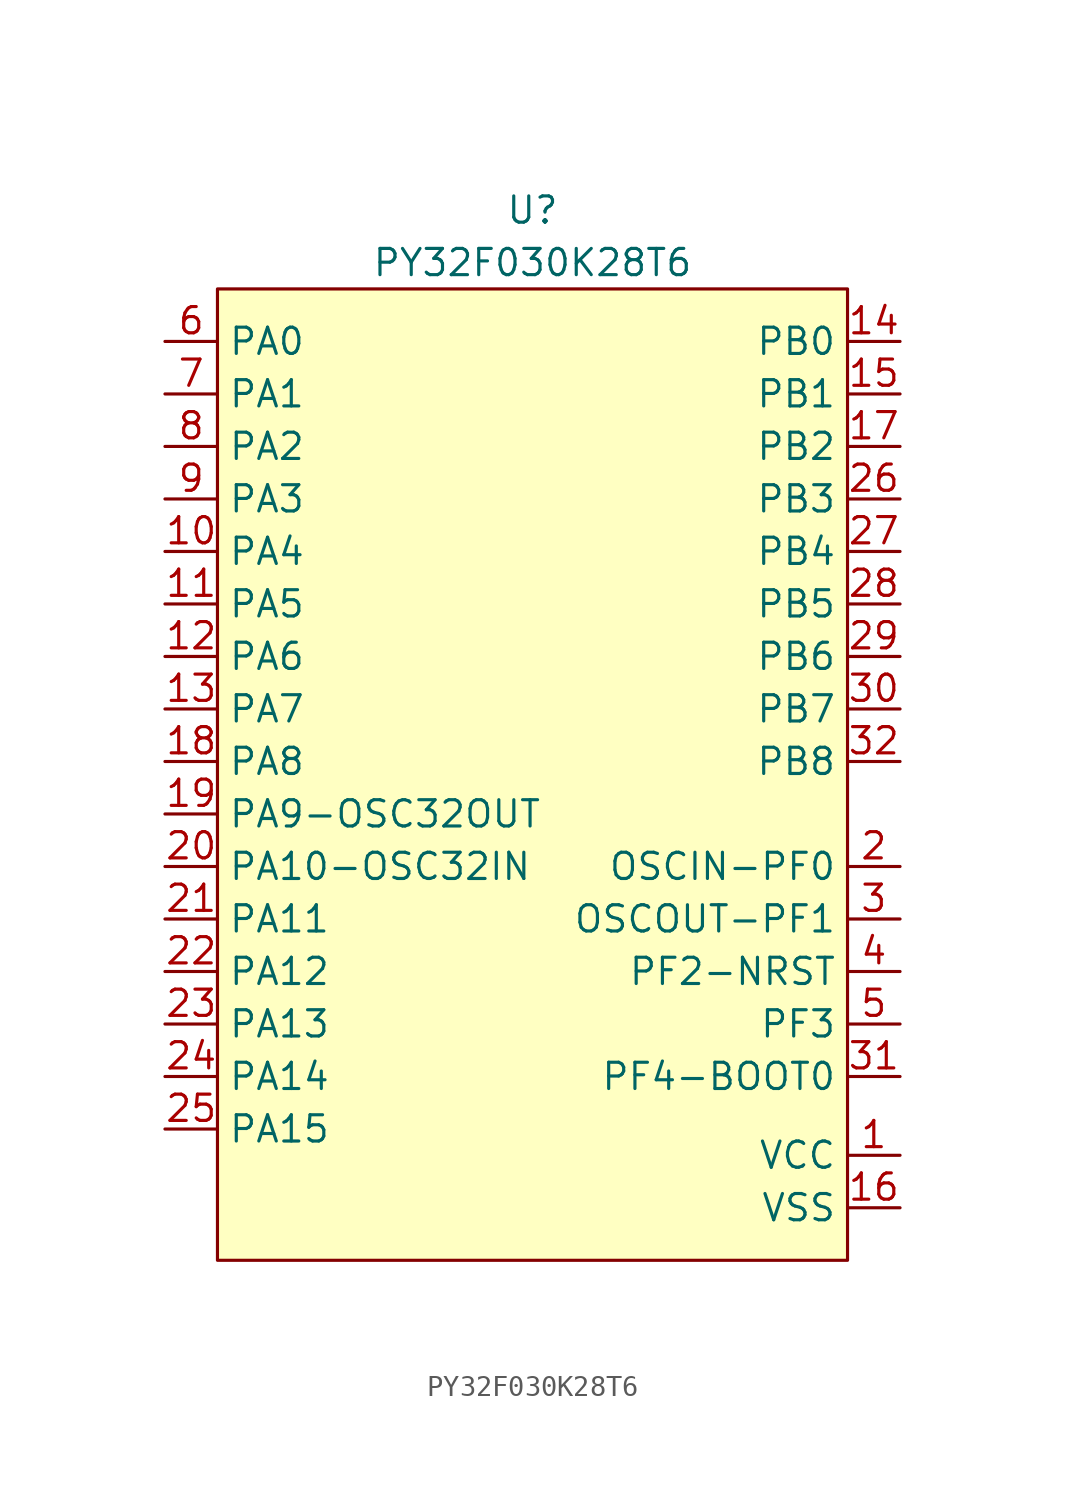
<source format=kicad_sym>
(kicad_symbol_lib
  (version 20220914)
  (generator kicad_symbol_editor)
  (symbol "PY32F030K28T6"
    (property "Reference" "U"
      (at 0 2.54 0)
      (effects (font (size 1.27 1.27))))
    (property "Value" "PY32F030K28T6"
      (at 0 0 0)
      (effects (font (size 1.27 1.27))))
    (symbol "PY32F030K28T6_0_0"
      (pin power_in line (at 17.78 -43.18 180) (length 2.54) (name "VCC" (effects (font (size 1.27 1.27)))) (number "1" (effects (font (size 1.27 1.27)))))
      (pin bidirectional line (at -17.78 -13.97 0) (length 2.54) (name "PA4" (effects (font (size 1.27 1.27)))) (number "10" (effects (font (size 1.27 1.27)))))
      (pin bidirectional line (at -17.78 -16.51 0) (length 2.54) (name "PA5" (effects (font (size 1.27 1.27)))) (number "11" (effects (font (size 1.27 1.27)))))
      (pin bidirectional line (at -17.78 -19.05 0) (length 2.54) (name "PA6" (effects (font (size 1.27 1.27)))) (number "12" (effects (font (size 1.27 1.27)))))
      (pin bidirectional line (at -17.78 -21.59 0) (length 2.54) (name "PA7" (effects (font (size 1.27 1.27)))) (number "13" (effects (font (size 1.27 1.27)))))
      (pin bidirectional line (at 17.78 -3.81 180) (length 2.54) (name "PB0" (effects (font (size 1.27 1.27)))) (number "14" (effects (font (size 1.27 1.27)))))
      (pin bidirectional line (at 17.78 -6.35 180) (length 2.54) (name "PB1" (effects (font (size 1.27 1.27)))) (number "15" (effects (font (size 1.27 1.27)))))
      (pin power_in line (at 17.78 -45.72 180) (length 2.54) (name "VSS" (effects (font (size 1.27 1.27)))) (number "16" (effects (font (size 1.27 1.27)))))
      (pin bidirectional line (at 17.78 -8.89 180) (length 2.54) (name "PB2" (effects (font (size 1.27 1.27)))) (number "17" (effects (font (size 1.27 1.27)))))
      (pin bidirectional line (at -17.78 -24.13 0) (length 2.54) (name "PA8" (effects (font (size 1.27 1.27)))) (number "18" (effects (font (size 1.27 1.27)))))
      (pin bidirectional line (at -17.78 -26.67 0) (length 2.54) (name "PA9-OSC32OUT" (effects (font (size 1.27 1.27)))) (number "19" (effects (font (size 1.27 1.27)))))
      (pin bidirectional line (at 17.78 -29.21 180) (length 2.54) (name "OSCIN-PF0" (effects (font (size 1.27 1.27)))) (number "2" (effects (font (size 1.27 1.27)))))
      (pin bidirectional line (at -17.78 -29.21 0) (length 2.54) (name "PA10-OSC32IN" (effects (font (size 1.27 1.27)))) (number "20" (effects (font (size 1.27 1.27)))))
      (pin bidirectional line (at -17.78 -31.75 0) (length 2.54) (name "PA11" (effects (font (size 1.27 1.27)))) (number "21" (effects (font (size 1.27 1.27)))))
      (pin bidirectional line (at -17.78 -34.29 0) (length 2.54) (name "PA12" (effects (font (size 1.27 1.27)))) (number "22" (effects (font (size 1.27 1.27)))))
      (pin bidirectional line (at -17.78 -36.83 0) (length 2.54) (name "PA13" (effects (font (size 1.27 1.27)))) (number "23" (effects (font (size 1.27 1.27)))))
      (pin bidirectional line (at -17.78 -39.37 0) (length 2.54) (name "PA14" (effects (font (size 1.27 1.27)))) (number "24" (effects (font (size 1.27 1.27)))))
      (pin bidirectional line (at -17.78 -41.91 0) (length 2.54) (name "PA15" (effects (font (size 1.27 1.27)))) (number "25" (effects (font (size 1.27 1.27)))))
      (pin bidirectional line (at 17.78 -11.43 180) (length 2.54) (name "PB3" (effects (font (size 1.27 1.27)))) (number "26" (effects (font (size 1.27 1.27)))))
      (pin bidirectional line (at 17.78 -13.97 180) (length 2.54) (name "PB4" (effects (font (size 1.27 1.27)))) (number "27" (effects (font (size 1.27 1.27)))))
      (pin bidirectional line (at 17.78 -16.51 180) (length 2.54) (name "PB5" (effects (font (size 1.27 1.27)))) (number "28" (effects (font (size 1.27 1.27)))))
      (pin bidirectional line (at 17.78 -19.05 180) (length 2.54) (name "PB6" (effects (font (size 1.27 1.27)))) (number "29" (effects (font (size 1.27 1.27)))))
      (pin bidirectional line (at 17.78 -31.75 180) (length 2.54) (name "OSCOUT-PF1" (effects (font (size 1.27 1.27)))) (number "3" (effects (font (size 1.27 1.27)))))
      (pin bidirectional line (at 17.78 -21.59 180) (length 2.54) (name "PB7" (effects (font (size 1.27 1.27)))) (number "30" (effects (font (size 1.27 1.27)))))
      (pin bidirectional line (at 17.78 -39.37 180) (length 2.54) (name "PF4-BOOT0" (effects (font (size 1.27 1.27)))) (number "31" (effects (font (size 1.27 1.27)))))
      (pin bidirectional line (at 17.78 -24.13 180) (length 2.54) (name "PB8" (effects (font (size 1.27 1.27)))) (number "32" (effects (font (size 1.27 1.27)))))
      (pin bidirectional line (at 17.78 -34.29 180) (length 2.54) (name "PF2-NRST" (effects (font (size 1.27 1.27)))) (number "4" (effects (font (size 1.27 1.27)))))
      (pin bidirectional line (at 17.78 -36.83 180) (length 2.54) (name "PF3" (effects (font (size 1.27 1.27)))) (number "5" (effects (font (size 1.27 1.27)))))
      (pin bidirectional line (at -17.78 -3.81 0) (length 2.54) (name "PA0" (effects (font (size 1.27 1.27)))) (number "6" (effects (font (size 1.27 1.27)))))
      (pin bidirectional line (at -17.78 -6.35 0) (length 2.54) (name "PA1" (effects (font (size 1.27 1.27)))) (number "7" (effects (font (size 1.27 1.27)))))
      (pin bidirectional line (at -17.78 -8.89 0) (length 2.54) (name "PA2" (effects (font (size 1.27 1.27)))) (number "8" (effects (font (size 1.27 1.27)))))
      (pin bidirectional line (at -17.78 -11.43 0) (length 2.54) (name "PA3" (effects (font (size 1.27 1.27)))) (number "9" (effects (font (size 1.27 1.27))))))
    (symbol "PY32F030K28T6_1_1"
      (rectangle (start -15.24 -1.27) (end 15.24 -48.26) (stroke (width 0) (type default)) (fill (type background))))))
</source>
